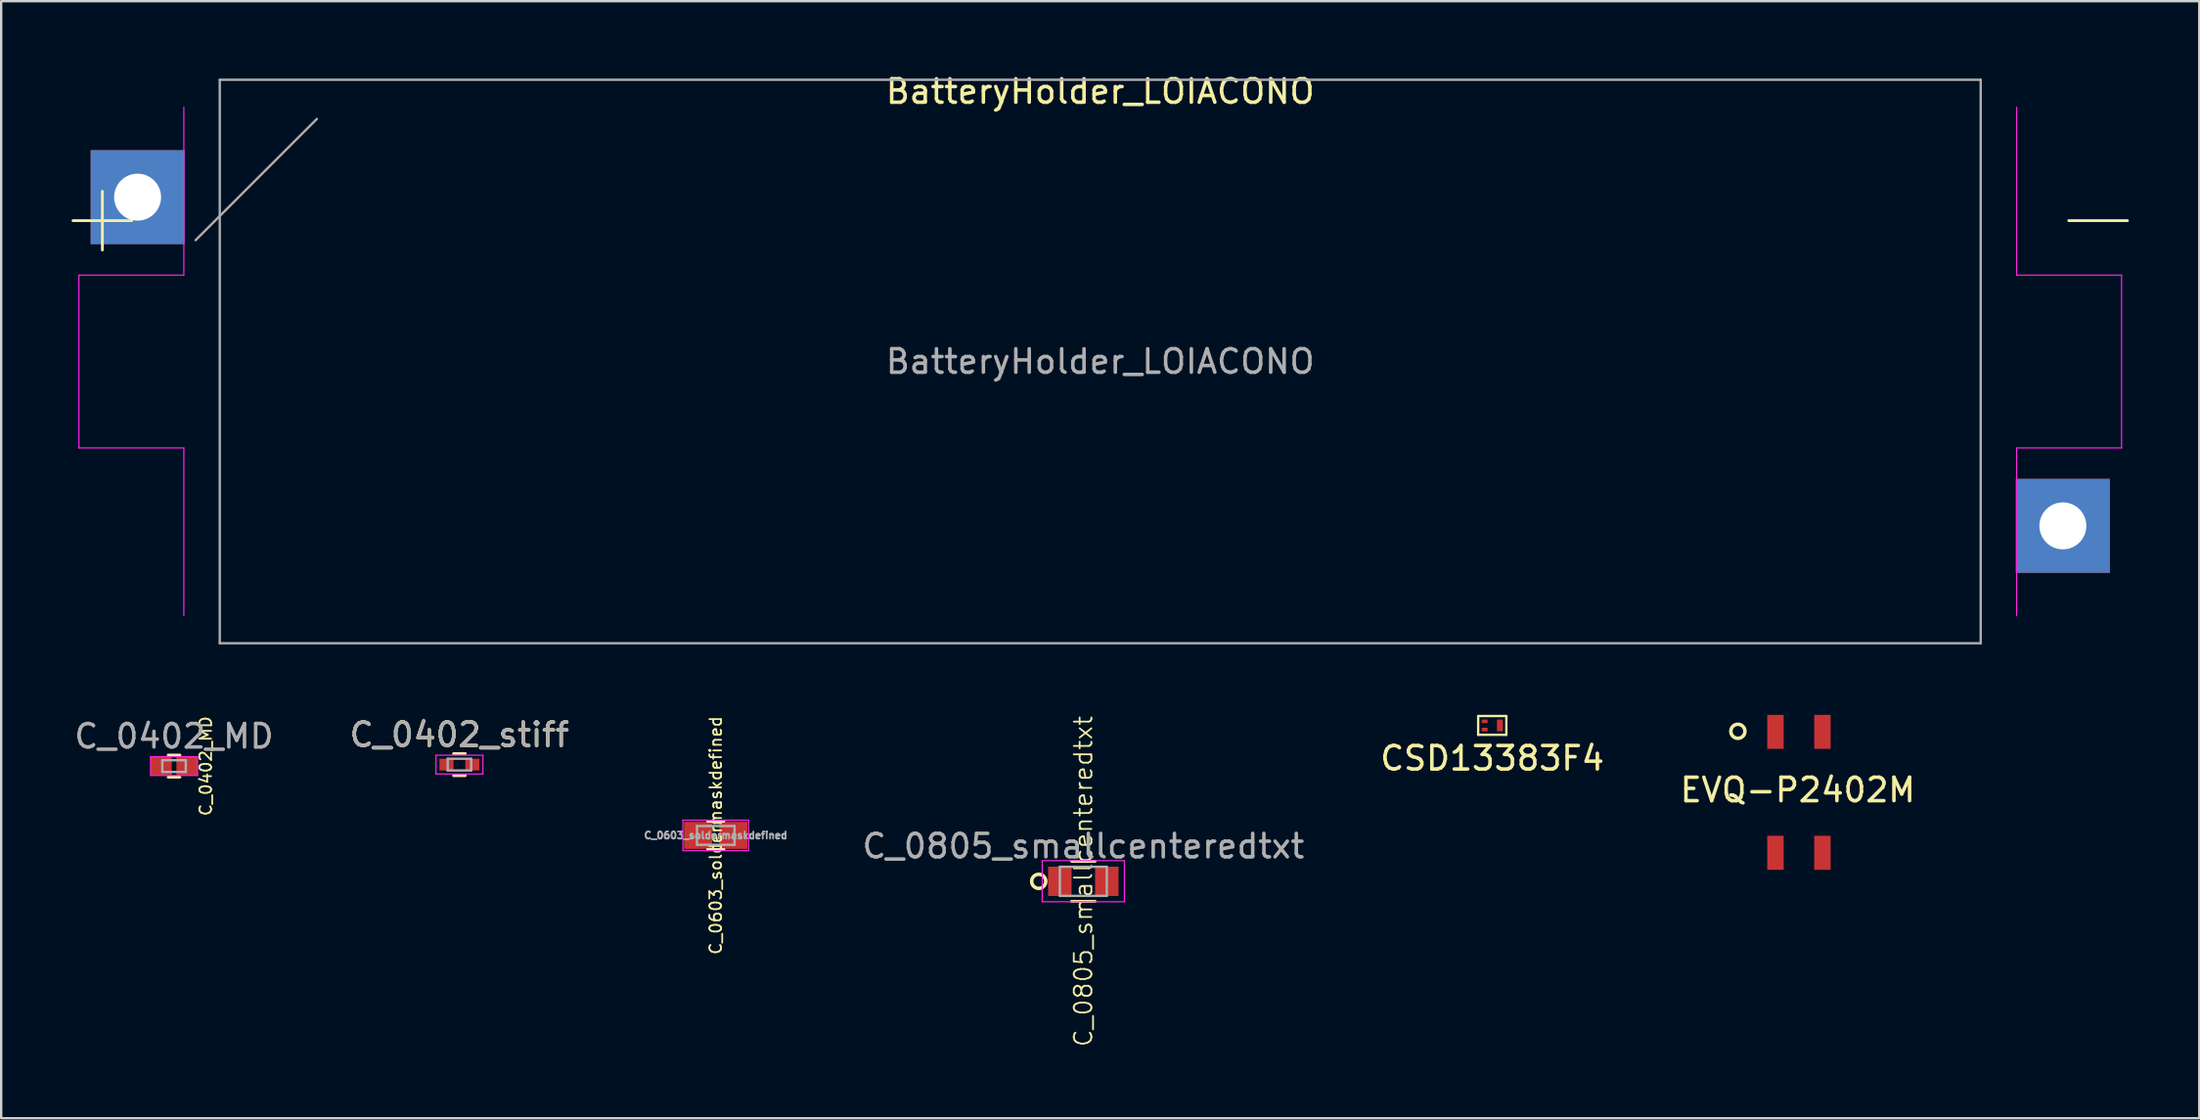
<source format=kicad_pcb>
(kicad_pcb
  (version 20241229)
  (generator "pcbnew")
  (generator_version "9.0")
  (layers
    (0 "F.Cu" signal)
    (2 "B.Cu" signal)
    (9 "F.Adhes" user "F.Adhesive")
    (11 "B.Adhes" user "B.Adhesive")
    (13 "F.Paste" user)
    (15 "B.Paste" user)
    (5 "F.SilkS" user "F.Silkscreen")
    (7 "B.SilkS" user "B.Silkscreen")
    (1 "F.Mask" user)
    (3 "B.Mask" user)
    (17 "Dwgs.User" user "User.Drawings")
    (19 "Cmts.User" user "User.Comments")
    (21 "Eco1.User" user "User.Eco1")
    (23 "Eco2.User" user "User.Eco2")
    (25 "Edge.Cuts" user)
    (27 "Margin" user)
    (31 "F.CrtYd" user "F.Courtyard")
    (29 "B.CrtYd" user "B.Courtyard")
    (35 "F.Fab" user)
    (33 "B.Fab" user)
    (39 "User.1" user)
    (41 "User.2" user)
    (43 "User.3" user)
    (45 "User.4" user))
  (footprint "C_0805_smallcenteredtxt"
    (layer "F.Cu")
    (at 43.09 34.489)
    (property "Reference" "C_0805_smallcenteredtxt" (at 0 0 90) (layer "F.SilkS") (effects (font (size 0.75 0.75) (thickness 0.075))))
    (attr smd)
    (fp_line (start -0.5 0.85) (end 0.5 0.85) (stroke (width 0.12) (type solid)) (layer "F.SilkS"))
    (fp_line (start 0.5 -0.85) (end -0.5 -0.85) (stroke (width 0.12) (type solid)) (layer "F.SilkS"))
    (fp_circle (center -1.9 0) (end -1.9 -0.3) (stroke (width 0.15) (type solid)) (fill no) (layer "F.SilkS"))
    (fp_line (start -1.75 -0.88) (end -1.75 0.87) (stroke (width 0.05) (type solid)) (layer "F.CrtYd"))
    (fp_line (start -1.75 -0.88) (end 1.75 -0.88) (stroke (width 0.05) (type solid)) (layer "F.CrtYd"))
    (fp_line (start 1.75 0.87) (end -1.75 0.87) (stroke (width 0.05) (type solid)) (layer "F.CrtYd"))
    (fp_line (start 1.75 0.87) (end 1.75 -0.88) (stroke (width 0.05) (type solid)) (layer "F.CrtYd"))
    (fp_line (start -1 -0.62) (end 1 -0.62) (stroke (width 0.1) (type solid)) (layer "F.Fab"))
    (fp_line (start -1 0.62) (end -1 -0.62) (stroke (width 0.1) (type solid)) (layer "F.Fab"))
    (fp_line (start 1 -0.62) (end 1 0.62) (stroke (width 0.1) (type solid)) (layer "F.Fab"))
    (fp_line (start 1 0.62) (end -1 0.62) (stroke (width 0.1) (type solid)) (layer "F.Fab"))
    (fp_text user "${REFERENCE}" (at 0 -1.5 0) (layer "F.Fab") (effects (font (size 1 1) (thickness 0.15))))
    (pad "1" smd rect (at -1 0) (size 1 1.25) (layers "F.Cu" "F.Mask" "F.Paste"))
    (pad "2" smd rect (at 1 0) (size 1 1.25) (layers "F.Cu" "F.Mask" "F.Paste")))
  (footprint "C_0402_MD"
    (layer "F.Cu")
    (at 4.363 29.58)
    (property "Reference" "C_0402_MD" (at 1.35 0 270) (layer "F.SilkS") (effects (font (size 0.5 0.5) (thickness 0.075))))
    (attr smd)
    (fp_line (start -0.25 0.47) (end 0.25 0.47) (stroke (width 0.12) (type solid)) (layer "F.SilkS"))
    (fp_line (start 0.25 -0.47) (end -0.25 -0.47) (stroke (width 0.12) (type solid)) (layer "F.SilkS"))
    (fp_line (start -1 -0.4) (end -1 0.4) (stroke (width 0.05) (type solid)) (layer "F.CrtYd"))
    (fp_line (start -1 -0.4) (end 1 -0.4) (stroke (width 0.05) (type solid)) (layer "F.CrtYd"))
    (fp_line (start 1 0.4) (end -1 0.4) (stroke (width 0.05) (type solid)) (layer "F.CrtYd"))
    (fp_line (start 1 0.4) (end 1 -0.4) (stroke (width 0.05) (type solid)) (layer "F.CrtYd"))
    (fp_line (start -0.5 -0.25) (end 0.5 -0.25) (stroke (width 0.1) (type solid)) (layer "F.Fab"))
    (fp_line (start -0.5 0.25) (end -0.5 -0.25) (stroke (width 0.1) (type solid)) (layer "F.Fab"))
    (fp_line (start 0.5 -0.25) (end 0.5 0.25) (stroke (width 0.1) (type solid)) (layer "F.Fab"))
    (fp_line (start 0.5 0.25) (end -0.5 0.25) (stroke (width 0.1) (type solid)) (layer "F.Fab"))
    (fp_text user "${REFERENCE}" (at 0 -1.27 0) (layer "F.Fab") (effects (font (size 1 1) (thickness 0.15))))
    (pad "1" smd rect (at -0.55 0) (size 0.9 0.8) (layers "F.Cu" "F.Mask" "F.Paste"))
    (pad "2" smd rect (at 0.55 0) (size 0.9 0.8) (layers "F.Cu" "F.Mask" "F.Paste")))
  (footprint "C_0603_soldermaskdefined"
    (layer "F.Cu")
    (at 27.435 32.532)
    (property "Reference" "C_0603_soldermaskdefined" (at 0 0 270) (layer "F.SilkS") (effects (font (size 0.5 0.5) (thickness 0.075))))
    (attr smd)
    (fp_line (start -0.35 -0.6) (end 0.35 -0.6) (stroke (width 0.12) (type solid)) (layer "F.SilkS"))
    (fp_line (start 0.35 0.6) (end -0.35 0.6) (stroke (width 0.12) (type solid)) (layer "F.SilkS"))
    (fp_line (start -1.4 -0.65) (end -1.4 0.65) (stroke (width 0.05) (type solid)) (layer "F.CrtYd"))
    (fp_line (start -1.4 -0.65) (end 1.4 -0.65) (stroke (width 0.05) (type solid)) (layer "F.CrtYd"))
    (fp_line (start 1.4 0.65) (end -1.4 0.65) (stroke (width 0.05) (type solid)) (layer "F.CrtYd"))
    (fp_line (start 1.4 0.65) (end 1.4 -0.65) (stroke (width 0.05) (type solid)) (layer "F.CrtYd"))
    (fp_line (start -0.8 -0.4) (end 0.8 -0.4) (stroke (width 0.1) (type solid)) (layer "F.Fab"))
    (fp_line (start -0.8 0.4) (end -0.8 -0.4) (stroke (width 0.1) (type solid)) (layer "F.Fab"))
    (fp_line (start 0.8 -0.4) (end 0.8 0.4) (stroke (width 0.1) (type solid)) (layer "F.Fab"))
    (fp_line (start 0.8 0.4) (end -0.8 0.4) (stroke (width 0.1) (type solid)) (layer "F.Fab"))
    (fp_text user "${REFERENCE}" (at 0 0 0) (layer "F.Fab") (effects (font (size 0.3 0.3) (thickness 0.075))))
    (pad "1" smd rect (at -0.75 0) (size 1.2 1.15) (layers "F.Cu" "F.Mask" "F.Paste"))
    (pad "2" smd rect (at 0.75 0) (size 1.2 1.15) (layers "F.Cu" "F.Mask" "F.Paste")))
  (footprint "CSD13383F4"
    (layer "F.Cu")
    (at 60.507 27.848)
    (property "Reference" "CSD13383F4" (at 0 1.4 0) (layer "F.SilkS") (effects (font (size 1 1) (thickness 0.15))))
    (attr through_hole)
    (fp_line (start -0.6 -0.4) (end 0.6 -0.4) (stroke (width 0.1) (type solid)) (layer "F.SilkS"))
    (fp_line (start -0.6 0.4) (end -0.6 -0.4) (stroke (width 0.1) (type solid)) (layer "F.SilkS"))
    (fp_line (start 0.6 -0.4) (end 0.6 0.4) (stroke (width 0.1) (type solid)) (layer "F.SilkS"))
    (fp_line (start 0.6 0.4) (end -0.6 0.4) (stroke (width 0.1) (type solid)) (layer "F.SilkS"))
    (pad "D" smd rect (at 0.325 0) (size 0.25 0.5) (layers "F.Cu" "F.Mask" "F.Paste"))
    (pad "G" smd rect (at -0.325 0.175) (size 0.25 0.15) (layers "F.Cu" "F.Mask" "F.Paste"))
    (pad "S" smd rect (at -0.325 -0.175) (size 0.25 0.15) (layers "F.Cu" "F.Mask" "F.Paste")))
  (footprint "C_0402_stiff"
    (layer "F.Cu")
    (at 16.518 29.517)
    (property "Reference" "C_0402_stiff" (at 0 -1.27 0) (layer "F.SilkS") (effects (font (size 1 1) (thickness 0.15))))
    (attr smd)
    (fp_line (start -0.25 0.47) (end 0.25 0.47) (stroke (width 0.12) (type solid)) (layer "F.SilkS"))
    (fp_line (start 0.25 -0.47) (end -0.25 -0.47) (stroke (width 0.12) (type solid)) (layer "F.SilkS"))
    (fp_line (start -1 -0.4) (end -1 0.4) (stroke (width 0.05) (type solid)) (layer "F.CrtYd"))
    (fp_line (start -1 -0.4) (end 1 -0.4) (stroke (width 0.05) (type solid)) (layer "F.CrtYd"))
    (fp_line (start 1 0.4) (end -1 0.4) (stroke (width 0.05) (type solid)) (layer "F.CrtYd"))
    (fp_line (start 1 0.4) (end 1 -0.4) (stroke (width 0.05) (type solid)) (layer "F.CrtYd"))
    (fp_line (start -0.5 -0.25) (end 0.5 -0.25) (stroke (width 0.1) (type solid)) (layer "F.Fab"))
    (fp_line (start -0.5 0.25) (end -0.5 -0.25) (stroke (width 0.1) (type solid)) (layer "F.Fab"))
    (fp_line (start 0.5 -0.25) (end 0.5 0.25) (stroke (width 0.1) (type solid)) (layer "F.Fab"))
    (fp_line (start 0.5 0.25) (end -0.5 0.25) (stroke (width 0.1) (type solid)) (layer "F.Fab"))
    (fp_text user "${REFERENCE}" (at 0 -1.27 0) (layer "F.Fab") (effects (font (size 1 1) (thickness 0.15))))
    (pad "1" smd rect (at -0.55 0) (size 0.6 0.5) (layers "F.Cu" "F.Mask" "F.Paste"))
    (pad "2" smd rect (at 0.55 0) (size 0.6 0.5) (layers "F.Cu" "F.Mask" "F.Paste")))
  (footprint "EVQ-P2402M"
    (layer "F.Cu")
    (at 73.569 30.698)
    (property "Reference" "EVQ-P2402M" (at -0.05 -0.1 0) (layer "F.SilkS") (effects (font (size 1 1) (thickness 0.15))))
    (attr smd)
    (fp_circle (center -2.6 -2.6) (end -2.6 -2.9) (stroke (width 0.15) (type solid)) (fill no) (layer "F.SilkS"))
    (pad "1" smd rect (at -1 -2.575) (size 0.7 1.45) (layers "F.Cu" "F.Mask" "F.Paste"))
    (pad "2" smd rect (at 1 -2.575) (size 0.7 1.45) (layers "F.Cu" "F.Mask" "F.Paste"))
    (pad "3" smd rect (at -1 2.575) (size 0.7 1.45) (layers "F.Cu" "F.Mask" "F.Paste"))
    (pad "4" smd rect (at 1 2.575) (size 0.7 1.45) (layers "F.Cu" "F.Mask" "F.Paste")))
  (footprint "BatteryHolder_LOIACONO"
    (layer "F.Cu")
    (at 43.81 12.348)
    (property "Reference" "BatteryHolder_LOIACONO" (at 0 -11.5 180) (layer "F.SilkS") (effects (font (size 1 1) (thickness 0.15))))
    (attr smd)
    (fp_line (start -43.75 -6) (end -41.25 -6) (stroke (width 0.12) (type solid)) (layer "F.SilkS"))
    (fp_line (start -42.5 -4.75) (end -42.5 -7.25) (stroke (width 0.12) (type solid)) (layer "F.SilkS"))
    (fp_line (start 43.75 -6) (end 41.25 -6) (stroke (width 0.12) (type solid)) (layer "F.SilkS"))
    (fp_line (start -43.5 -3.68) (end -39.03 -3.68) (stroke (width 0.05) (type solid)) (layer "F.CrtYd"))
    (fp_line (start -43.5 3.68) (end -43.5 -3.68) (stroke (width 0.05) (type solid)) (layer "F.CrtYd"))
    (fp_line (start -39.03 -10.83) (end -39.03 -3.68) (stroke (width 0.05) (type solid)) (layer "F.CrtYd"))
    (fp_line (start -39.03 3.68) (end -43.5 3.68) (stroke (width 0.05) (type solid)) (layer "F.CrtYd"))
    (fp_line (start -39.03 10.83) (end -39.03 3.68) (stroke (width 0.05) (type solid)) (layer "F.CrtYd"))
    (fp_line (start 39.03 -10.83) (end 39.03 -3.68) (stroke (width 0.05) (type solid)) (layer "F.CrtYd"))
    (fp_line (start 39.03 3.68) (end 43.5 3.68) (stroke (width 0.05) (type solid)) (layer "F.CrtYd"))
    (fp_line (start 39.03 10.83) (end 39.03 3.68) (stroke (width 0.05) (type solid)) (layer "F.CrtYd"))
    (fp_line (start 43.5 -3.68) (end 39.03 -3.68) (stroke (width 0.05) (type solid)) (layer "F.CrtYd"))
    (fp_line (start 43.5 3.68) (end 43.5 -3.68) (stroke (width 0.05) (type solid)) (layer "F.CrtYd"))
    (fp_line (start -37.5 -12) (end -37.5 12) (stroke (width 0.1) (type solid)) (layer "F.Fab"))
    (fp_line (start -37.5 -12) (end 37.5 -12) (stroke (width 0.1) (type solid)) (layer "F.Fab"))
    (fp_line (start -37.5 12) (end 37.5 12) (stroke (width 0.1) (type solid)) (layer "F.Fab"))
    (fp_line (start -33.367 -10.33) (end -38.53 -5.168) (stroke (width 0.1) (type solid)) (layer "F.Fab"))
    (fp_line (start 37.5 -12) (end 37.5 12) (stroke (width 0.1) (type solid)) (layer "F.Fab"))
    (fp_text user "${REFERENCE}" (at 0 0 180) (layer "F.Fab") (effects (font (size 1 1) (thickness 0.15))))
    (pad "1" thru_hole rect (at -41 -7) (size 4 4) (drill 2) (layers "*.Cu" "*.Mask"))
    (pad "2" thru_hole rect (at 41 7) (size 4 4) (drill 2) (layers "*.Cu" "*.Mask")))
  (gr_rect
    (start -3 -3)
    (end 90.62 44.58)
    (stroke (width 0.1) (type default))
    (fill no)
    (layer "Edge.Cuts")))
</source>
